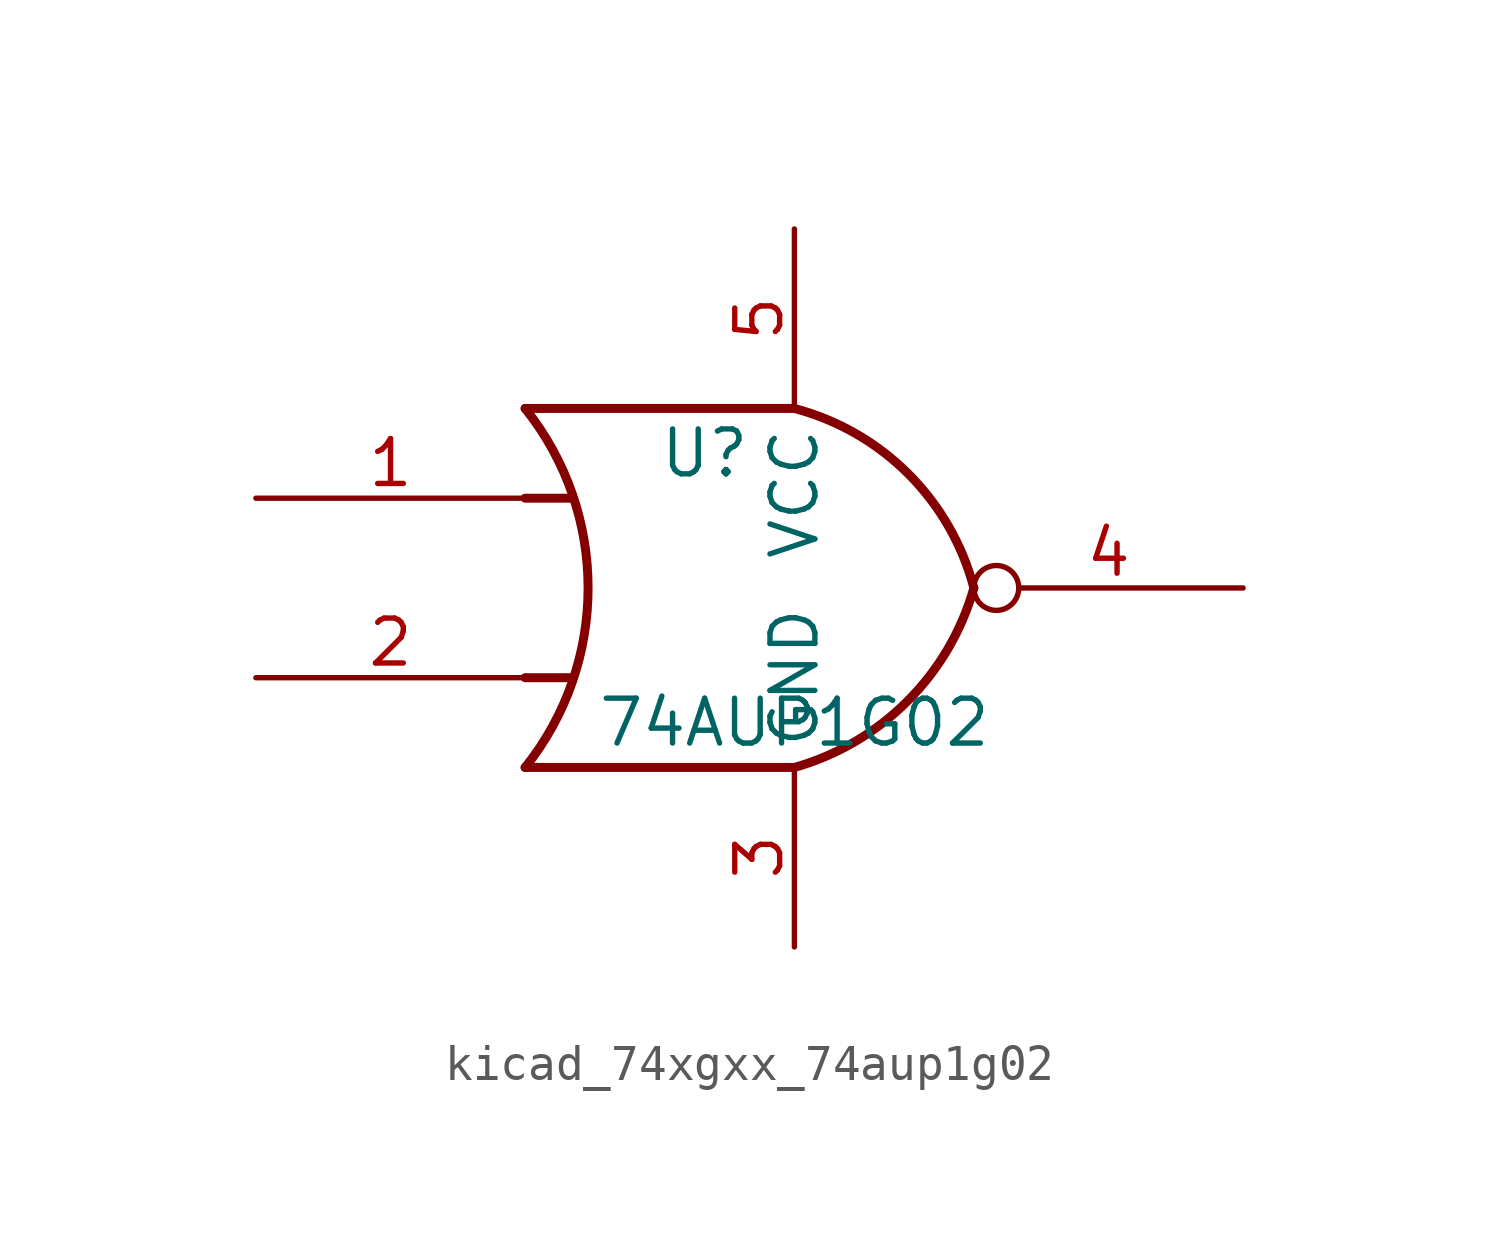
<source format=kicad_sym>
(kicad_symbol_lib
  (version 20220914)
  (generator kicad_symbol_editor)
  (symbol "kicad_74xgxx_74aup1g02"
    (property "Reference" "U"
      (at -2.54 3.81 0)
      (effects (font (size 1.27 1.27))))
    (property "Value" "74AUP1G02"
      (at 0 -3.81 0)
      (effects (font (size 1.27 1.27))))
    (symbol "kicad_74xgxx_74aup1g02_0_1"
      (arc (start -7.62 -5.08) (mid -5.838 0) (end -7.62 5.08) (stroke (width 0.254) (type default)) (fill (type none)))
      (arc (start 0 -5.08) (mid 3.1986 -3.2054) (end 5.08 0) (stroke (width 0.254) (type default)) (fill (type none)))
      (polyline (pts (xy -7.62 -2.54) (xy -6.35 -2.54)) (stroke (width 0.254) (type default)) (fill (type background)))
      (polyline (pts (xy -7.62 2.54) (xy -6.35 2.54)) (stroke (width 0.254) (type default)) (fill (type background)))
      (polyline (pts (xy 0 -5.08) (xy -7.62 -5.08)) (stroke (width 0.254) (type default)) (fill (type background)))
      (polyline (pts (xy 0 5.08) (xy -7.62 5.08)) (stroke (width 0.254) (type default)) (fill (type background)))
      (arc (start 5.08 0) (mid 3.2238 3.2304) (end 0 5.08) (stroke (width 0.254) (type default)) (fill (type none))))
    (symbol "kicad_74xgxx_74aup1g02_1_1"
      (pin input line (at -15.24 2.54 0) (length 7.62) (name "~" (effects (font (size 1.27 1.27)))) (number "1" (effects (font (size 1.27 1.27)))))
      (pin input line (at -15.24 -2.54 0) (length 7.62) (name "~" (effects (font (size 1.27 1.27)))) (number "2" (effects (font (size 1.27 1.27)))))
      (pin power_in line (at 0 -10.16 90) (length 5.08) (name "GND" (effects (font (size 1.27 1.27)))) (number "3" (effects (font (size 1.27 1.27)))))
      (pin output inverted (at 12.7 0 180) (length 7.62) (name "~" (effects (font (size 1.27 1.27)))) (number "4" (effects (font (size 1.27 1.27)))))
      (pin power_in line (at 0 10.16 270) (length 5.08) (name "VCC" (effects (font (size 1.27 1.27)))) (number "5" (effects (font (size 1.27 1.27))))))))
</source>
